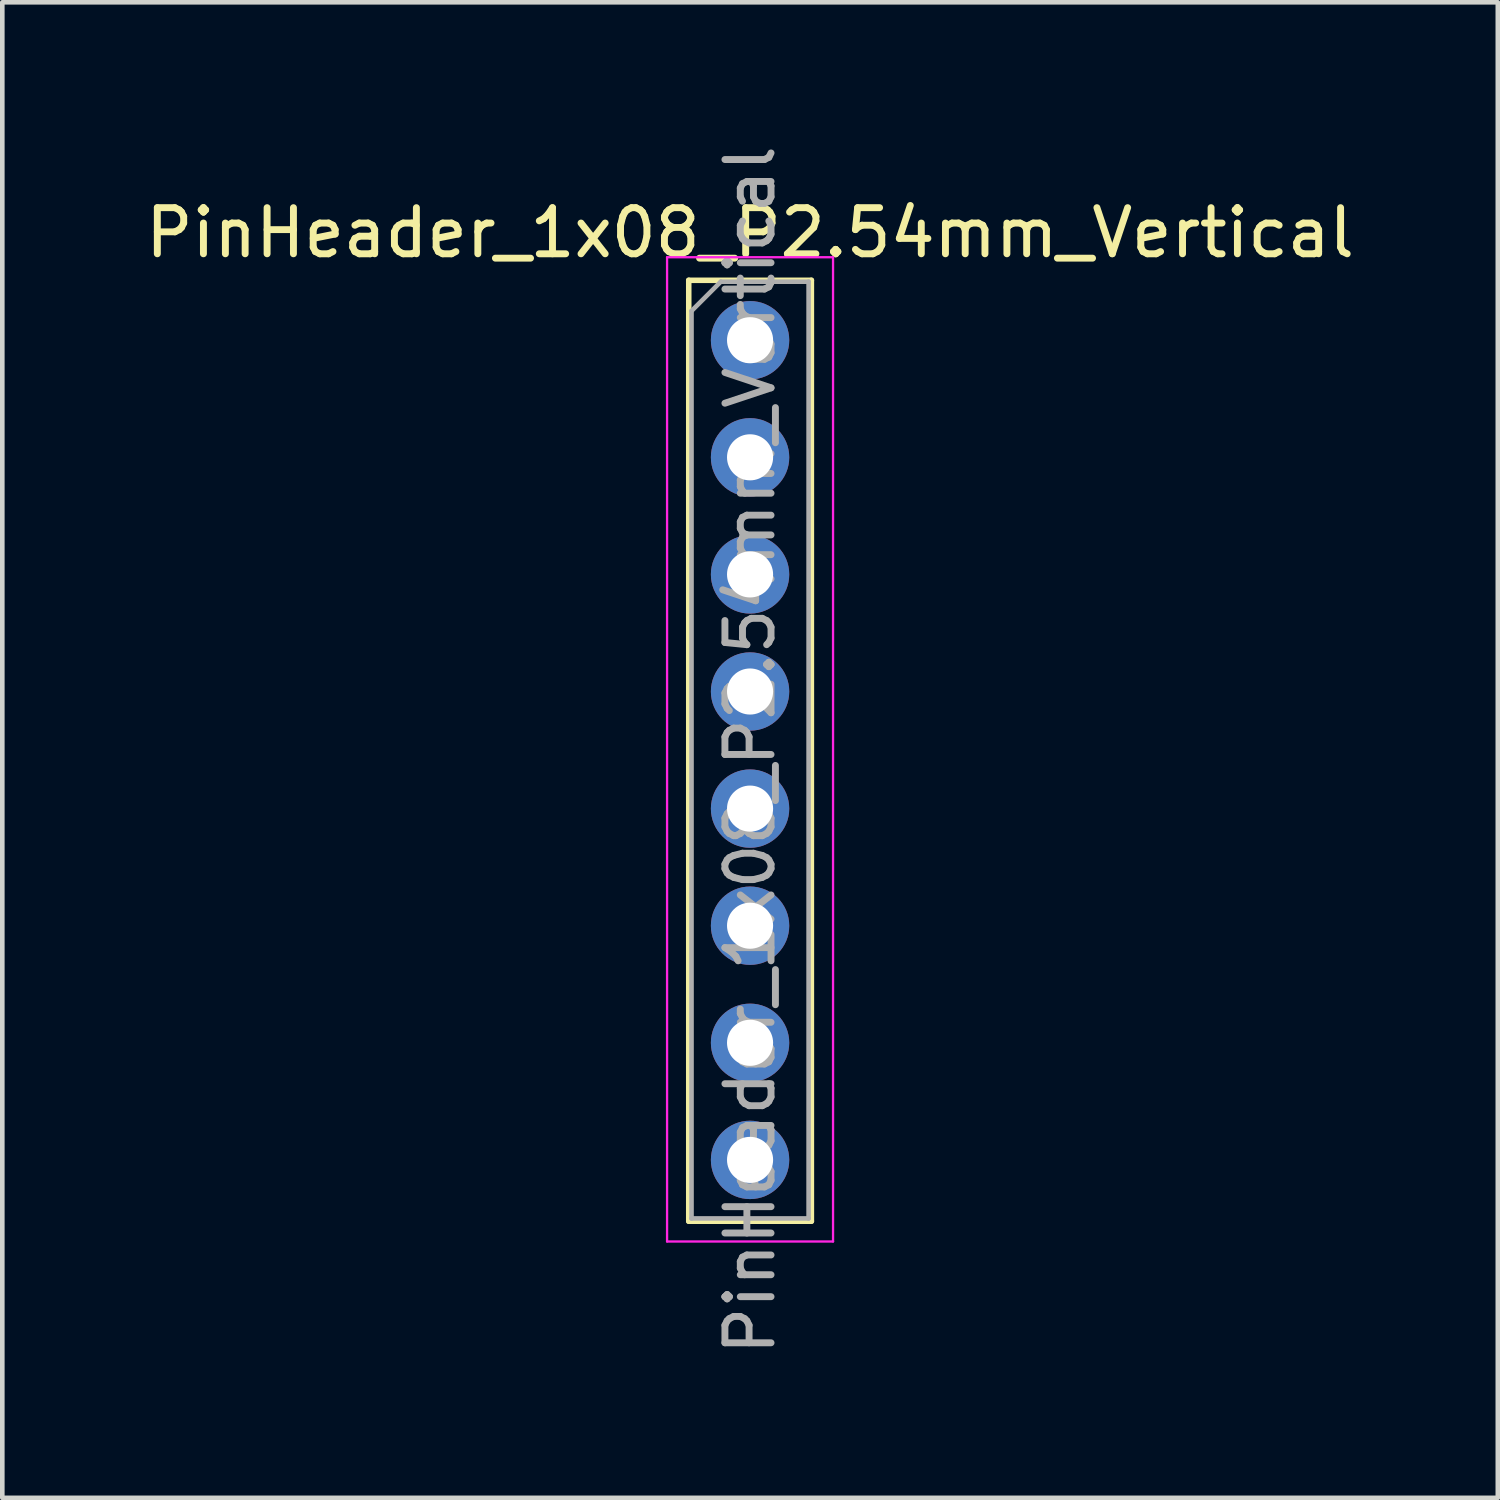
<source format=kicad_pcb>
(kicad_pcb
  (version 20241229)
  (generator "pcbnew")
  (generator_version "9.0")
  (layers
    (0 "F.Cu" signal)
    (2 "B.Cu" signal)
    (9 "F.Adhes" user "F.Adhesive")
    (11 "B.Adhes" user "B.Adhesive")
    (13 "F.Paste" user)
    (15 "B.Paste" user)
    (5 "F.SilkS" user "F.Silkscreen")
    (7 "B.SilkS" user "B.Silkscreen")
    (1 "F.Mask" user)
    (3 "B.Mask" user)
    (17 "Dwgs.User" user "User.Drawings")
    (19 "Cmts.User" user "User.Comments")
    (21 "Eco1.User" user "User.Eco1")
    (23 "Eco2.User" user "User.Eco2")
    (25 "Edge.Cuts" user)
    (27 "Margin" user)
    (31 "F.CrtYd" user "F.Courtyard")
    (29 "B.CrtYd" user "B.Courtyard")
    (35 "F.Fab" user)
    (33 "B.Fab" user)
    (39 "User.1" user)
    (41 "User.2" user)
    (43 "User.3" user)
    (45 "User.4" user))
  (footprint "PinHeader_1x08_P2.54mm_Vertical"
    (layer "F.Cu")
    (at 13.22 4.33)
    (property "Reference" "PinHeader_1x08_P2.54mm_Vertical" (at 0 -2.33 0) (layer "F.SilkS") (effects (font (size 1 1) (thickness 0.15))))
    (attr through_hole)
    (fp_line (start -1.33 -1.3) (end -1.33 19.11) (stroke (width 0.12) (type solid)) (layer "F.SilkS"))
    (fp_line (start -1.33 -1.3) (end 1.33 -1.3) (stroke (width 0.12) (type solid)) (layer "F.SilkS"))
    (fp_line (start -1.33 19.11) (end 1.33 19.11) (stroke (width 0.12) (type solid)) (layer "F.SilkS"))
    (fp_line (start 1.33 -1.3) (end 1.33 19.11) (stroke (width 0.12) (type solid)) (layer "F.SilkS"))
    (fp_line (start -1.8 -1.8) (end -1.8 19.55) (stroke (width 0.05) (type solid)) (layer "F.CrtYd"))
    (fp_line (start -1.8 19.55) (end 1.8 19.55) (stroke (width 0.05) (type solid)) (layer "F.CrtYd"))
    (fp_line (start 1.8 -1.8) (end -1.8 -1.8) (stroke (width 0.05) (type solid)) (layer "F.CrtYd"))
    (fp_line (start 1.8 19.55) (end 1.8 -1.8) (stroke (width 0.05) (type solid)) (layer "F.CrtYd"))
    (fp_line (start -1.27 -0.635) (end -0.635 -1.27) (stroke (width 0.1) (type solid)) (layer "F.Fab"))
    (fp_line (start -1.27 19.05) (end -1.27 -0.635) (stroke (width 0.1) (type solid)) (layer "F.Fab"))
    (fp_line (start -0.635 -1.27) (end 1.27 -1.27) (stroke (width 0.1) (type solid)) (layer "F.Fab"))
    (fp_line (start 1.27 -1.27) (end 1.27 19.05) (stroke (width 0.1) (type solid)) (layer "F.Fab"))
    (fp_line (start 1.27 19.05) (end -1.27 19.05) (stroke (width 0.1) (type solid)) (layer "F.Fab"))
    (fp_text user "${REFERENCE}" (at 0 8.89 90) (layer "F.Fab") (effects (font (size 1 1) (thickness 0.15))))
    (pad "1" thru_hole oval (at 0 0) (size 1.7 1.7) (drill 1) (layers "*.Cu" "*.Mask"))
    (pad "2" thru_hole oval (at 0 2.54) (size 1.7 1.7) (drill 1) (layers "*.Cu" "*.Mask"))
    (pad "3" thru_hole oval (at 0 5.08) (size 1.7 1.7) (drill 1) (layers "*.Cu" "*.Mask"))
    (pad "4" thru_hole oval (at 0 7.62) (size 1.7 1.7) (drill 1) (layers "*.Cu" "*.Mask"))
    (pad "5" thru_hole oval (at 0 10.16) (size 1.7 1.7) (drill 1) (layers "*.Cu" "*.Mask"))
    (pad "6" thru_hole oval (at 0 12.7) (size 1.7 1.7) (drill 1) (layers "*.Cu" "*.Mask"))
    (pad "7" thru_hole oval (at 0 15.24) (size 1.7 1.7) (drill 1) (layers "*.Cu" "*.Mask"))
    (pad "8" thru_hole oval (at 0 17.78) (size 1.7 1.7) (drill 1) (layers "*.Cu" "*.Mask")))
  (gr_rect
    (start -3 -3)
    (end 29.44 29.44)
    (stroke (width 0.1) (type default))
    (fill no)
    (layer "Edge.Cuts")))
</source>
